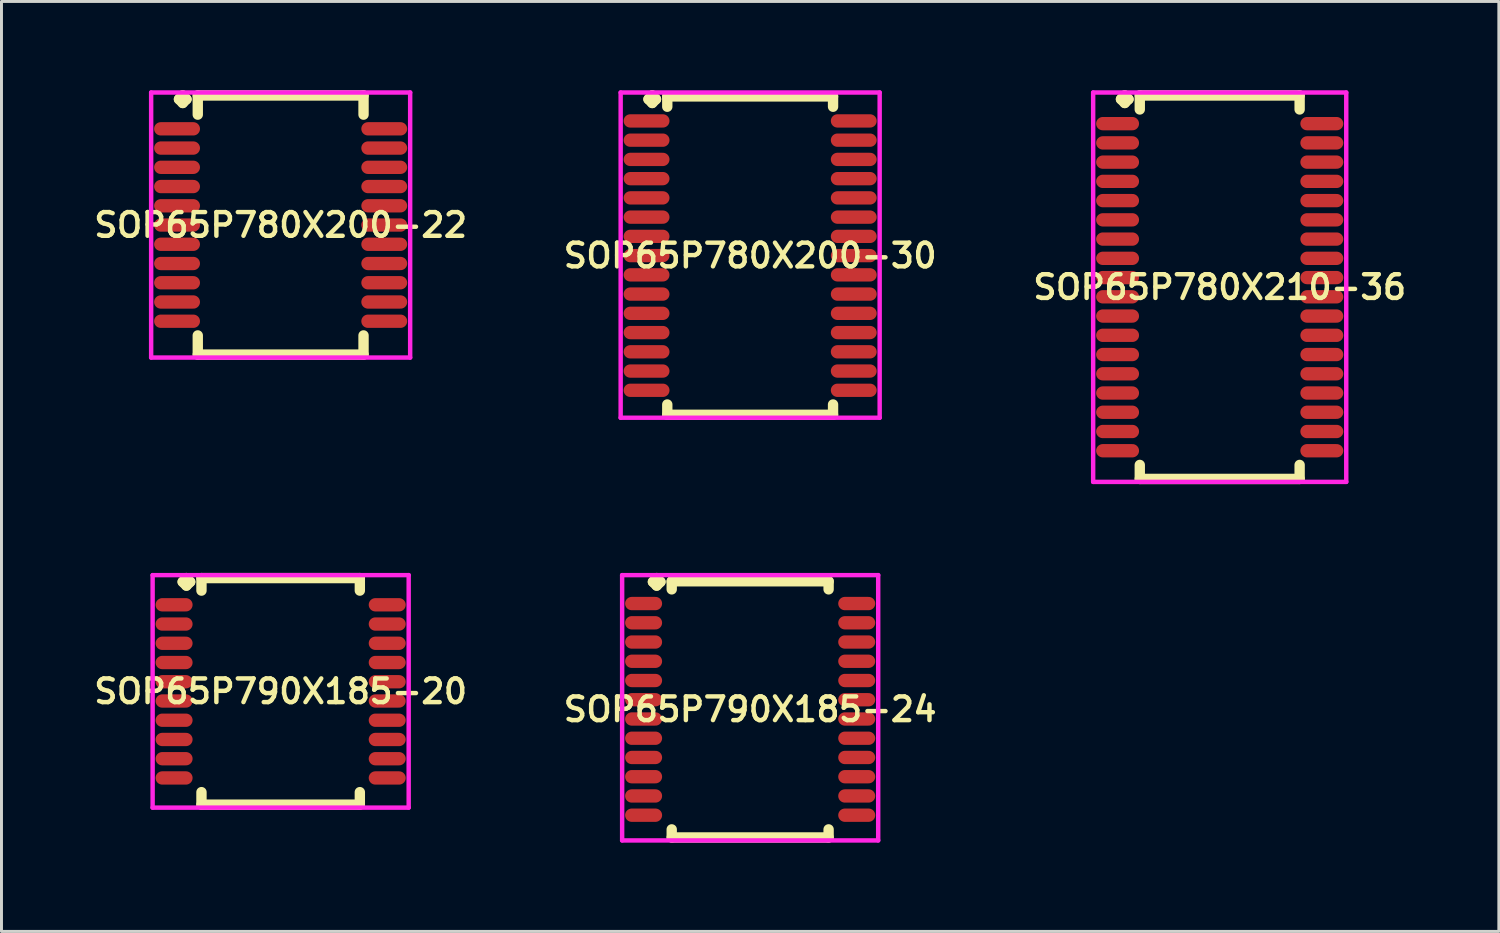
<source format=kicad_pcb>
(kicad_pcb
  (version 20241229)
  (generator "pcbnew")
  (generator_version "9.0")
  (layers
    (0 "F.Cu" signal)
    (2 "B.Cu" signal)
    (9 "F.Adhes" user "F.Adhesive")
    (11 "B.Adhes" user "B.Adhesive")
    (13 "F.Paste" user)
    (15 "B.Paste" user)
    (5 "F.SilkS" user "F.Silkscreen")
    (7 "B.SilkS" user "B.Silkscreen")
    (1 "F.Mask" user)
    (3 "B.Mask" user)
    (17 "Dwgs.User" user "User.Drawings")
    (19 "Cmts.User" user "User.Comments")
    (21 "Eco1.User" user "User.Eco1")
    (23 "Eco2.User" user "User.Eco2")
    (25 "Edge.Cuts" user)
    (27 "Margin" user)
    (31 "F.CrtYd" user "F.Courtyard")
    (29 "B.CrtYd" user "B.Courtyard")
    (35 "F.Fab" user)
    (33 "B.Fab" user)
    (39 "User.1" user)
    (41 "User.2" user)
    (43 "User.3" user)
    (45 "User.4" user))
  (footprint "SOP65P780X200-22"
    (layer "F.Cu")
    (at 6.431 4.552)
    (property "Reference" "SOP65P780X200-22" (at 0 0 0) (layer "F.SilkS") (effects (font (size 0.8 0.8) (thickness 0.15))))
    (attr smd)
    (fp_line (start -3.435 -4.25) (end -3.308 -4.377) (stroke (width 0.35) (type solid)) (layer "F.SilkS"))
    (fp_line (start -3.308 -4.377) (end -3.181 -4.25) (stroke (width 0.35) (type solid)) (layer "F.SilkS"))
    (fp_line (start -3.308 -4.123) (end -3.435 -4.25) (stroke (width 0.35) (type solid)) (layer "F.SilkS"))
    (fp_line (start -3.181 -4.25) (end -3.308 -4.123) (stroke (width 0.35) (type solid)) (layer "F.SilkS"))
    (fp_line (start -2.8 -4.377) (end 2.8 -4.377) (stroke (width 0.35) (type solid)) (layer "F.SilkS"))
    (fp_line (start -2.8 -3.729) (end -2.8 -4.377) (stroke (width 0.35) (type solid)) (layer "F.SilkS"))
    (fp_line (start -2.8 3.729) (end -2.8 4.377) (stroke (width 0.35) (type solid)) (layer "F.SilkS"))
    (fp_line (start -2.8 4.377) (end 2.8 4.377) (stroke (width 0.35) (type solid)) (layer "F.SilkS"))
    (fp_line (start 2.8 -4.377) (end 2.8 -3.729) (stroke (width 0.35) (type solid)) (layer "F.SilkS"))
    (fp_line (start 2.8 4.377) (end 2.8 3.729) (stroke (width 0.35) (type solid)) (layer "F.SilkS"))
    (fp_line (start -4.375 -4.477) (end 4.375 -4.477) (stroke (width 0.15) (type solid)) (layer "F.CrtYd"))
    (fp_line (start -4.375 4.477) (end -4.375 -4.477) (stroke (width 0.15) (type solid)) (layer "F.CrtYd"))
    (fp_line (start 4.375 -4.477) (end 4.375 4.477) (stroke (width 0.15) (type solid)) (layer "F.CrtYd"))
    (fp_line (start 4.375 4.477) (end -4.375 4.477) (stroke (width 0.15) (type solid)) (layer "F.CrtYd"))
    (pad "1" smd oval (at -3.5 -3.25) (size 1.55 0.45) (layers "F.Cu" "F.Mask" "F.Paste"))
    (pad "2" smd oval (at -3.5 -2.6) (size 1.55 0.45) (layers "F.Cu" "F.Mask" "F.Paste"))
    (pad "3" smd oval (at -3.5 -1.95) (size 1.55 0.45) (layers "F.Cu" "F.Mask" "F.Paste"))
    (pad "4" smd oval (at -3.5 -1.3) (size 1.55 0.45) (layers "F.Cu" "F.Mask" "F.Paste"))
    (pad "5" smd oval (at -3.5 -0.65) (size 1.55 0.45) (layers "F.Cu" "F.Mask" "F.Paste"))
    (pad "6" smd oval (at -3.5 0) (size 1.55 0.45) (layers "F.Cu" "F.Mask" "F.Paste"))
    (pad "7" smd oval (at -3.5 0.65) (size 1.55 0.45) (layers "F.Cu" "F.Mask" "F.Paste"))
    (pad "8" smd oval (at -3.5 1.3) (size 1.55 0.45) (layers "F.Cu" "F.Mask" "F.Paste"))
    (pad "9" smd oval (at -3.5 1.95) (size 1.55 0.45) (layers "F.Cu" "F.Mask" "F.Paste"))
    (pad "10" smd oval (at -3.5 2.6) (size 1.55 0.45) (layers "F.Cu" "F.Mask" "F.Paste"))
    (pad "11" smd oval (at -3.5 3.25) (size 1.55 0.45) (layers "F.Cu" "F.Mask" "F.Paste"))
    (pad "12" smd oval (at 3.5 3.25) (size 1.55 0.45) (layers "F.Cu" "F.Mask" "F.Paste"))
    (pad "13" smd oval (at 3.5 2.6) (size 1.55 0.45) (layers "F.Cu" "F.Mask" "F.Paste"))
    (pad "14" smd oval (at 3.5 1.95) (size 1.55 0.45) (layers "F.Cu" "F.Mask" "F.Paste"))
    (pad "15" smd oval (at 3.5 1.3) (size 1.55 0.45) (layers "F.Cu" "F.Mask" "F.Paste"))
    (pad "16" smd oval (at 3.5 0.65) (size 1.55 0.45) (layers "F.Cu" "F.Mask" "F.Paste"))
    (pad "17" smd oval (at 3.5 0) (size 1.55 0.45) (layers "F.Cu" "F.Mask" "F.Paste"))
    (pad "18" smd oval (at 3.5 -0.65) (size 1.55 0.45) (layers "F.Cu" "F.Mask" "F.Paste"))
    (pad "19" smd oval (at 3.5 -1.3) (size 1.55 0.45) (layers "F.Cu" "F.Mask" "F.Paste"))
    (pad "20" smd oval (at 3.5 -1.95) (size 1.55 0.45) (layers "F.Cu" "F.Mask" "F.Paste"))
    (pad "21" smd oval (at 3.5 -2.6) (size 1.55 0.45) (layers "F.Cu" "F.Mask" "F.Paste"))
    (pad "22" smd oval (at 3.5 -3.25) (size 1.55 0.45) (layers "F.Cu" "F.Mask" "F.Paste")))
  (footprint "SOP65P780X210-36"
    (layer "F.Cu")
    (at 38.154 6.652)
    (property "Reference" "SOP65P780X210-36" (at 0 0 0) (layer "F.SilkS") (effects (font (size 0.8 0.8) (thickness 0.15))))
    (attr through_hole)
    (fp_line (start -3.335 -6.35) (end -3.208 -6.477) (stroke (width 0.35) (type solid)) (layer "F.SilkS"))
    (fp_line (start -3.208 -6.477) (end -3.081 -6.35) (stroke (width 0.35) (type solid)) (layer "F.SilkS"))
    (fp_line (start -3.208 -6.223) (end -3.335 -6.35) (stroke (width 0.35) (type solid)) (layer "F.SilkS"))
    (fp_line (start -3.081 -6.35) (end -3.208 -6.223) (stroke (width 0.35) (type solid)) (layer "F.SilkS"))
    (fp_line (start -2.7 -6.477) (end 2.7 -6.477) (stroke (width 0.35) (type solid)) (layer "F.SilkS"))
    (fp_line (start -2.7 -6.004) (end -2.7 -6.477) (stroke (width 0.35) (type solid)) (layer "F.SilkS"))
    (fp_line (start -2.7 6.004) (end -2.7 6.477) (stroke (width 0.35) (type solid)) (layer "F.SilkS"))
    (fp_line (start -2.7 6.477) (end 2.7 6.477) (stroke (width 0.35) (type solid)) (layer "F.SilkS"))
    (fp_line (start 2.7 -6.477) (end 2.7 -6.004) (stroke (width 0.35) (type solid)) (layer "F.SilkS"))
    (fp_line (start 2.7 6.477) (end 2.7 6.004) (stroke (width 0.35) (type solid)) (layer "F.SilkS"))
    (fp_line (start -4.275 -6.577) (end 4.275 -6.577) (stroke (width 0.15) (type solid)) (layer "F.CrtYd"))
    (fp_line (start -4.275 6.577) (end -4.275 -6.577) (stroke (width 0.15) (type solid)) (layer "F.CrtYd"))
    (fp_line (start 4.275 -6.577) (end 4.275 6.577) (stroke (width 0.15) (type solid)) (layer "F.CrtYd"))
    (fp_line (start 4.275 6.577) (end -4.275 6.577) (stroke (width 0.15) (type solid)) (layer "F.CrtYd"))
    (pad "1" smd oval (at -3.45 -5.525) (size 1.45 0.45) (layers "F.Cu" "F.Mask" "F.Paste"))
    (pad "2" smd oval (at -3.45 -4.875) (size 1.45 0.45) (layers "F.Cu" "F.Mask" "F.Paste"))
    (pad "3" smd oval (at -3.45 -4.225) (size 1.45 0.45) (layers "F.Cu" "F.Mask" "F.Paste"))
    (pad "4" smd oval (at -3.45 -3.575) (size 1.45 0.45) (layers "F.Cu" "F.Mask" "F.Paste"))
    (pad "5" smd oval (at -3.45 -2.925) (size 1.45 0.45) (layers "F.Cu" "F.Mask" "F.Paste"))
    (pad "6" smd oval (at -3.45 -2.275) (size 1.45 0.45) (layers "F.Cu" "F.Mask" "F.Paste"))
    (pad "7" smd oval (at -3.45 -1.625) (size 1.45 0.45) (layers "F.Cu" "F.Mask" "F.Paste"))
    (pad "8" smd oval (at -3.45 -0.975) (size 1.45 0.45) (layers "F.Cu" "F.Mask" "F.Paste"))
    (pad "9" smd oval (at -3.45 -0.325) (size 1.45 0.45) (layers "F.Cu" "F.Mask" "F.Paste"))
    (pad "10" smd oval (at -3.45 0.325) (size 1.45 0.45) (layers "F.Cu" "F.Mask" "F.Paste"))
    (pad "11" smd oval (at -3.45 0.975) (size 1.45 0.45) (layers "F.Cu" "F.Mask" "F.Paste"))
    (pad "12" smd oval (at -3.45 1.625) (size 1.45 0.45) (layers "F.Cu" "F.Mask" "F.Paste"))
    (pad "13" smd oval (at -3.45 2.275) (size 1.45 0.45) (layers "F.Cu" "F.Mask" "F.Paste"))
    (pad "14" smd oval (at -3.45 2.925) (size 1.45 0.45) (layers "F.Cu" "F.Mask" "F.Paste"))
    (pad "15" smd oval (at -3.45 3.575) (size 1.45 0.45) (layers "F.Cu" "F.Mask" "F.Paste"))
    (pad "16" smd oval (at -3.45 4.225) (size 1.45 0.45) (layers "F.Cu" "F.Mask" "F.Paste"))
    (pad "17" smd oval (at -3.45 4.875) (size 1.45 0.45) (layers "F.Cu" "F.Mask" "F.Paste"))
    (pad "18" smd oval (at -3.45 5.525) (size 1.45 0.45) (layers "F.Cu" "F.Mask" "F.Paste"))
    (pad "19" smd oval (at 3.45 5.525) (size 1.45 0.45) (layers "F.Cu" "F.Mask" "F.Paste"))
    (pad "20" smd oval (at 3.45 4.875) (size 1.45 0.45) (layers "F.Cu" "F.Mask" "F.Paste"))
    (pad "21" smd oval (at 3.45 4.225) (size 1.45 0.45) (layers "F.Cu" "F.Mask" "F.Paste"))
    (pad "22" smd oval (at 3.45 3.575) (size 1.45 0.45) (layers "F.Cu" "F.Mask" "F.Paste"))
    (pad "23" smd oval (at 3.45 2.925) (size 1.45 0.45) (layers "F.Cu" "F.Mask" "F.Paste"))
    (pad "24" smd oval (at 3.45 2.275) (size 1.45 0.45) (layers "F.Cu" "F.Mask" "F.Paste"))
    (pad "25" smd oval (at 3.45 1.625) (size 1.45 0.45) (layers "F.Cu" "F.Mask" "F.Paste"))
    (pad "26" smd oval (at 3.45 0.975) (size 1.45 0.45) (layers "F.Cu" "F.Mask" "F.Paste"))
    (pad "27" smd oval (at 3.45 0.325) (size 1.45 0.45) (layers "F.Cu" "F.Mask" "F.Paste"))
    (pad "28" smd oval (at 3.45 -0.325) (size 1.45 0.45) (layers "F.Cu" "F.Mask" "F.Paste"))
    (pad "29" smd oval (at 3.45 -0.975) (size 1.45 0.45) (layers "F.Cu" "F.Mask" "F.Paste"))
    (pad "30" smd oval (at 3.45 -1.625) (size 1.45 0.45) (layers "F.Cu" "F.Mask" "F.Paste"))
    (pad "31" smd oval (at 3.45 -2.275) (size 1.45 0.45) (layers "F.Cu" "F.Mask" "F.Paste"))
    (pad "32" smd oval (at 3.45 -2.925) (size 1.45 0.45) (layers "F.Cu" "F.Mask" "F.Paste"))
    (pad "33" smd oval (at 3.45 -3.575) (size 1.45 0.45) (layers "F.Cu" "F.Mask" "F.Paste"))
    (pad "34" smd oval (at 3.45 -4.225) (size 1.45 0.45) (layers "F.Cu" "F.Mask" "F.Paste"))
    (pad "35" smd oval (at 3.45 -4.875) (size 1.45 0.45) (layers "F.Cu" "F.Mask" "F.Paste"))
    (pad "36" smd oval (at 3.45 -5.525) (size 1.45 0.45) (layers "F.Cu" "F.Mask" "F.Paste")))
  (footprint "SOP65P780X200-30"
    (layer "F.Cu")
    (at 22.292 5.585)
    (property "Reference" "SOP65P780X200-30" (at 0 0 0) (layer "F.SilkS") (effects (font (size 0.8 0.8) (thickness 0.15))))
    (attr smd)
    (fp_line (start -3.435 -5.283) (end -3.308 -5.41) (stroke (width 0.35) (type solid)) (layer "F.SilkS"))
    (fp_line (start -3.308 -5.41) (end -3.181 -5.283) (stroke (width 0.35) (type solid)) (layer "F.SilkS"))
    (fp_line (start -3.308 -5.156) (end -3.435 -5.283) (stroke (width 0.35) (type solid)) (layer "F.SilkS"))
    (fp_line (start -3.181 -5.283) (end -3.308 -5.156) (stroke (width 0.35) (type solid)) (layer "F.SilkS"))
    (fp_line (start -2.8 -5.377) (end 2.8 -5.377) (stroke (width 0.35) (type solid)) (layer "F.SilkS"))
    (fp_line (start -2.8 -5.029) (end -2.8 -5.377) (stroke (width 0.35) (type solid)) (layer "F.SilkS"))
    (fp_line (start -2.8 5.029) (end -2.8 5.377) (stroke (width 0.35) (type solid)) (layer "F.SilkS"))
    (fp_line (start -2.8 5.377) (end 2.8 5.377) (stroke (width 0.35) (type solid)) (layer "F.SilkS"))
    (fp_line (start 2.8 -5.377) (end 2.8 -5.029) (stroke (width 0.35) (type solid)) (layer "F.SilkS"))
    (fp_line (start 2.8 5.377) (end 2.8 5.029) (stroke (width 0.35) (type solid)) (layer "F.SilkS"))
    (fp_line (start -4.375 -5.51) (end 4.375 -5.51) (stroke (width 0.15) (type solid)) (layer "F.CrtYd"))
    (fp_line (start -4.375 5.477) (end -4.375 -5.51) (stroke (width 0.15) (type solid)) (layer "F.CrtYd"))
    (fp_line (start 4.375 -5.51) (end 4.375 5.477) (stroke (width 0.15) (type solid)) (layer "F.CrtYd"))
    (fp_line (start 4.375 5.477) (end -4.375 5.477) (stroke (width 0.15) (type solid)) (layer "F.CrtYd"))
    (pad "1" smd oval (at -3.5 -4.55) (size 1.55 0.45) (layers "F.Cu" "F.Mask" "F.Paste"))
    (pad "2" smd oval (at -3.5 -3.9) (size 1.55 0.45) (layers "F.Cu" "F.Mask" "F.Paste"))
    (pad "3" smd oval (at -3.5 -3.25) (size 1.55 0.45) (layers "F.Cu" "F.Mask" "F.Paste"))
    (pad "4" smd oval (at -3.5 -2.6) (size 1.55 0.45) (layers "F.Cu" "F.Mask" "F.Paste"))
    (pad "5" smd oval (at -3.5 -1.95) (size 1.55 0.45) (layers "F.Cu" "F.Mask" "F.Paste"))
    (pad "6" smd oval (at -3.5 -1.3) (size 1.55 0.45) (layers "F.Cu" "F.Mask" "F.Paste"))
    (pad "7" smd oval (at -3.5 -0.65) (size 1.55 0.45) (layers "F.Cu" "F.Mask" "F.Paste"))
    (pad "8" smd oval (at -3.5 0) (size 1.55 0.45) (layers "F.Cu" "F.Mask" "F.Paste"))
    (pad "9" smd oval (at -3.5 0.65) (size 1.55 0.45) (layers "F.Cu" "F.Mask" "F.Paste"))
    (pad "10" smd oval (at -3.5 1.3) (size 1.55 0.45) (layers "F.Cu" "F.Mask" "F.Paste"))
    (pad "11" smd oval (at -3.5 1.95) (size 1.55 0.45) (layers "F.Cu" "F.Mask" "F.Paste"))
    (pad "12" smd oval (at -3.5 2.6) (size 1.55 0.45) (layers "F.Cu" "F.Mask" "F.Paste"))
    (pad "13" smd oval (at -3.5 3.25) (size 1.55 0.45) (layers "F.Cu" "F.Mask" "F.Paste"))
    (pad "14" smd oval (at -3.5 3.9) (size 1.55 0.45) (layers "F.Cu" "F.Mask" "F.Paste"))
    (pad "15" smd oval (at -3.5 4.55) (size 1.55 0.45) (layers "F.Cu" "F.Mask" "F.Paste"))
    (pad "16" smd oval (at 3.5 4.55) (size 1.55 0.45) (layers "F.Cu" "F.Mask" "F.Paste"))
    (pad "17" smd oval (at 3.5 3.9) (size 1.55 0.45) (layers "F.Cu" "F.Mask" "F.Paste"))
    (pad "18" smd oval (at 3.5 3.25) (size 1.55 0.45) (layers "F.Cu" "F.Mask" "F.Paste"))
    (pad "19" smd oval (at 3.5 2.6) (size 1.55 0.45) (layers "F.Cu" "F.Mask" "F.Paste"))
    (pad "20" smd oval (at 3.5 1.95) (size 1.55 0.45) (layers "F.Cu" "F.Mask" "F.Paste"))
    (pad "21" smd oval (at 3.5 1.3) (size 1.55 0.45) (layers "F.Cu" "F.Mask" "F.Paste"))
    (pad "22" smd oval (at 3.5 0.65) (size 1.55 0.45) (layers "F.Cu" "F.Mask" "F.Paste"))
    (pad "23" smd oval (at 3.5 0) (size 1.55 0.45) (layers "F.Cu" "F.Mask" "F.Paste"))
    (pad "24" smd oval (at 3.5 -0.65) (size 1.55 0.45) (layers "F.Cu" "F.Mask" "F.Paste"))
    (pad "25" smd oval (at 3.5 -1.3) (size 1.55 0.45) (layers "F.Cu" "F.Mask" "F.Paste"))
    (pad "26" smd oval (at 3.5 -1.95) (size 1.55 0.45) (layers "F.Cu" "F.Mask" "F.Paste"))
    (pad "27" smd oval (at 3.5 -2.6) (size 1.55 0.45) (layers "F.Cu" "F.Mask" "F.Paste"))
    (pad "28" smd oval (at 3.5 -3.25) (size 1.55 0.45) (layers "F.Cu" "F.Mask" "F.Paste"))
    (pad "29" smd oval (at 3.5 -3.9) (size 1.55 0.45) (layers "F.Cu" "F.Mask" "F.Paste"))
    (pad "30" smd oval (at 3.5 -4.55) (size 1.55 0.45) (layers "F.Cu" "F.Mask" "F.Paste")))
  (footprint "SOP65P790X185-24"
    (layer "F.Cu")
    (at 22.292 20.914)
    (property "Reference" "SOP65P790X185-24" (at 0 0 0) (layer "F.SilkS") (effects (font (size 0.8 0.8) (thickness 0.15))))
    (attr smd)
    (fp_line (start -3.285 -4.308) (end -3.158 -4.435) (stroke (width 0.35) (type solid)) (layer "F.SilkS"))
    (fp_line (start -3.158 -4.435) (end -3.031 -4.308) (stroke (width 0.35) (type solid)) (layer "F.SilkS"))
    (fp_line (start -3.158 -4.181) (end -3.285 -4.308) (stroke (width 0.35) (type solid)) (layer "F.SilkS"))
    (fp_line (start -3.031 -4.308) (end -3.158 -4.181) (stroke (width 0.35) (type solid)) (layer "F.SilkS"))
    (fp_line (start -2.65 -4.327) (end 2.65 -4.327) (stroke (width 0.35) (type solid)) (layer "F.SilkS"))
    (fp_line (start -2.65 -4.054) (end -2.65 -4.327) (stroke (width 0.35) (type solid)) (layer "F.SilkS"))
    (fp_line (start -2.65 4.054) (end -2.65 4.327) (stroke (width 0.35) (type solid)) (layer "F.SilkS"))
    (fp_line (start -2.65 4.327) (end 2.65 4.327) (stroke (width 0.35) (type solid)) (layer "F.SilkS"))
    (fp_line (start 2.65 -4.327) (end 2.65 -4.054) (stroke (width 0.35) (type solid)) (layer "F.SilkS"))
    (fp_line (start 2.65 4.327) (end 2.65 4.054) (stroke (width 0.35) (type solid)) (layer "F.SilkS"))
    (fp_line (start -4.325 -4.535) (end 4.325 -4.535) (stroke (width 0.15) (type solid)) (layer "F.CrtYd"))
    (fp_line (start -4.325 4.427) (end -4.325 -4.535) (stroke (width 0.15) (type solid)) (layer "F.CrtYd"))
    (fp_line (start 4.325 -4.535) (end 4.325 4.427) (stroke (width 0.15) (type solid)) (layer "F.CrtYd"))
    (fp_line (start 4.325 4.427) (end -4.325 4.427) (stroke (width 0.15) (type solid)) (layer "F.CrtYd"))
    (pad "1" smd oval (at -3.6 -3.575) (size 1.25 0.45) (layers "F.Cu" "F.Mask" "F.Paste"))
    (pad "2" smd oval (at -3.6 -2.925) (size 1.25 0.45) (layers "F.Cu" "F.Mask" "F.Paste"))
    (pad "3" smd oval (at -3.6 -2.275) (size 1.25 0.45) (layers "F.Cu" "F.Mask" "F.Paste"))
    (pad "4" smd oval (at -3.6 -1.625) (size 1.25 0.45) (layers "F.Cu" "F.Mask" "F.Paste"))
    (pad "5" smd oval (at -3.6 -0.975) (size 1.25 0.45) (layers "F.Cu" "F.Mask" "F.Paste"))
    (pad "6" smd oval (at -3.6 -0.325) (size 1.25 0.45) (layers "F.Cu" "F.Mask" "F.Paste"))
    (pad "7" smd oval (at -3.6 0.325) (size 1.25 0.45) (layers "F.Cu" "F.Mask" "F.Paste"))
    (pad "8" smd oval (at -3.6 0.975) (size 1.25 0.45) (layers "F.Cu" "F.Mask" "F.Paste"))
    (pad "9" smd oval (at -3.6 1.625) (size 1.25 0.45) (layers "F.Cu" "F.Mask" "F.Paste"))
    (pad "10" smd oval (at -3.6 2.275) (size 1.25 0.45) (layers "F.Cu" "F.Mask" "F.Paste"))
    (pad "11" smd oval (at -3.6 2.925) (size 1.25 0.45) (layers "F.Cu" "F.Mask" "F.Paste"))
    (pad "12" smd oval (at -3.6 3.575) (size 1.25 0.45) (layers "F.Cu" "F.Mask" "F.Paste"))
    (pad "13" smd oval (at 3.6 3.575) (size 1.25 0.45) (layers "F.Cu" "F.Mask" "F.Paste"))
    (pad "14" smd oval (at 3.6 2.925) (size 1.25 0.45) (layers "F.Cu" "F.Mask" "F.Paste"))
    (pad "15" smd oval (at 3.6 2.275) (size 1.25 0.45) (layers "F.Cu" "F.Mask" "F.Paste"))
    (pad "16" smd oval (at 3.6 1.625) (size 1.25 0.45) (layers "F.Cu" "F.Mask" "F.Paste"))
    (pad "17" smd oval (at 3.6 0.975) (size 1.25 0.45) (layers "F.Cu" "F.Mask" "F.Paste"))
    (pad "18" smd oval (at 3.6 0.325) (size 1.25 0.45) (layers "F.Cu" "F.Mask" "F.Paste"))
    (pad "19" smd oval (at 3.6 -0.325) (size 1.25 0.45) (layers "F.Cu" "F.Mask" "F.Paste"))
    (pad "20" smd oval (at 3.6 -0.975) (size 1.25 0.45) (layers "F.Cu" "F.Mask" "F.Paste"))
    (pad "21" smd oval (at 3.6 -1.625) (size 1.25 0.45) (layers "F.Cu" "F.Mask" "F.Paste"))
    (pad "22" smd oval (at 3.6 -2.275) (size 1.25 0.45) (layers "F.Cu" "F.Mask" "F.Paste"))
    (pad "23" smd oval (at 3.6 -2.925) (size 1.25 0.45) (layers "F.Cu" "F.Mask" "F.Paste"))
    (pad "24" smd oval (at 3.6 -3.575) (size 1.25 0.45) (layers "F.Cu" "F.Mask" "F.Paste")))
  (footprint "SOP65P790X185-20"
    (layer "F.Cu")
    (at 6.431 20.306)
    (property "Reference" "SOP65P790X185-20" (at 0 0 0) (layer "F.SilkS") (effects (font (size 0.8 0.8) (thickness 0.15))))
    (attr through_hole)
    (fp_line (start -3.31 -3.7) (end -3.183 -3.827) (stroke (width 0.35) (type solid)) (layer "F.SilkS"))
    (fp_line (start -3.183 -3.827) (end -3.056 -3.7) (stroke (width 0.35) (type solid)) (layer "F.SilkS"))
    (fp_line (start -3.183 -3.573) (end -3.31 -3.7) (stroke (width 0.35) (type solid)) (layer "F.SilkS"))
    (fp_line (start -3.056 -3.7) (end -3.183 -3.573) (stroke (width 0.35) (type solid)) (layer "F.SilkS"))
    (fp_line (start -2.675 -3.827) (end 2.675 -3.827) (stroke (width 0.35) (type solid)) (layer "F.SilkS"))
    (fp_line (start -2.675 -3.404) (end -2.675 -3.827) (stroke (width 0.35) (type solid)) (layer "F.SilkS"))
    (fp_line (start -2.675 3.404) (end -2.675 3.827) (stroke (width 0.35) (type solid)) (layer "F.SilkS"))
    (fp_line (start -2.675 3.827) (end 2.675 3.827) (stroke (width 0.35) (type solid)) (layer "F.SilkS"))
    (fp_line (start 2.675 -3.827) (end 2.675 -3.404) (stroke (width 0.35) (type solid)) (layer "F.SilkS"))
    (fp_line (start 2.675 3.827) (end 2.675 3.404) (stroke (width 0.35) (type solid)) (layer "F.SilkS"))
    (fp_line (start -4.325 -3.927) (end 4.325 -3.927) (stroke (width 0.15) (type solid)) (layer "F.CrtYd"))
    (fp_line (start -4.325 3.927) (end -4.325 -3.927) (stroke (width 0.15) (type solid)) (layer "F.CrtYd"))
    (fp_line (start 4.325 -3.927) (end 4.325 3.927) (stroke (width 0.15) (type solid)) (layer "F.CrtYd"))
    (fp_line (start 4.325 3.927) (end -4.325 3.927) (stroke (width 0.15) (type solid)) (layer "F.CrtYd"))
    (pad "1" smd oval (at -3.6 -2.925) (size 1.25 0.45) (layers "F.Cu" "F.Mask" "F.Paste"))
    (pad "2" smd oval (at -3.6 -2.275) (size 1.25 0.45) (layers "F.Cu" "F.Mask" "F.Paste"))
    (pad "3" smd oval (at -3.6 -1.625) (size 1.25 0.45) (layers "F.Cu" "F.Mask" "F.Paste"))
    (pad "4" smd oval (at -3.6 -0.975) (size 1.25 0.45) (layers "F.Cu" "F.Mask" "F.Paste"))
    (pad "5" smd oval (at -3.6 -0.325) (size 1.25 0.45) (layers "F.Cu" "F.Mask" "F.Paste"))
    (pad "6" smd oval (at -3.6 0.325) (size 1.25 0.45) (layers "F.Cu" "F.Mask" "F.Paste"))
    (pad "7" smd oval (at -3.6 0.975) (size 1.25 0.45) (layers "F.Cu" "F.Mask" "F.Paste"))
    (pad "8" smd oval (at -3.6 1.625) (size 1.25 0.45) (layers "F.Cu" "F.Mask" "F.Paste"))
    (pad "9" smd oval (at -3.6 2.275) (size 1.25 0.45) (layers "F.Cu" "F.Mask" "F.Paste"))
    (pad "10" smd oval (at -3.6 2.925) (size 1.25 0.45) (layers "F.Cu" "F.Mask" "F.Paste"))
    (pad "11" smd oval (at 3.6 2.925) (size 1.25 0.45) (layers "F.Cu" "F.Mask" "F.Paste"))
    (pad "12" smd oval (at 3.6 2.275) (size 1.25 0.45) (layers "F.Cu" "F.Mask" "F.Paste"))
    (pad "13" smd oval (at 3.6 1.625) (size 1.25 0.45) (layers "F.Cu" "F.Mask" "F.Paste"))
    (pad "14" smd oval (at 3.6 0.975) (size 1.25 0.45) (layers "F.Cu" "F.Mask" "F.Paste"))
    (pad "15" smd oval (at 3.6 0.325) (size 1.25 0.45) (layers "F.Cu" "F.Mask" "F.Paste"))
    (pad "16" smd oval (at 3.6 -0.325) (size 1.25 0.45) (layers "F.Cu" "F.Mask" "F.Paste"))
    (pad "17" smd oval (at 3.6 -0.975) (size 1.25 0.45) (layers "F.Cu" "F.Mask" "F.Paste"))
    (pad "18" smd oval (at 3.6 -1.625) (size 1.25 0.45) (layers "F.Cu" "F.Mask" "F.Paste"))
    (pad "19" smd oval (at 3.6 -2.275) (size 1.25 0.45) (layers "F.Cu" "F.Mask" "F.Paste"))
    (pad "20" smd oval (at 3.6 -2.925) (size 1.25 0.45) (layers "F.Cu" "F.Mask" "F.Paste")))
  (gr_rect
    (start -3 -3)
    (end 47.584 28.416)
    (stroke (width 0.1) (type default))
    (fill no)
    (layer "Edge.Cuts")))
</source>
